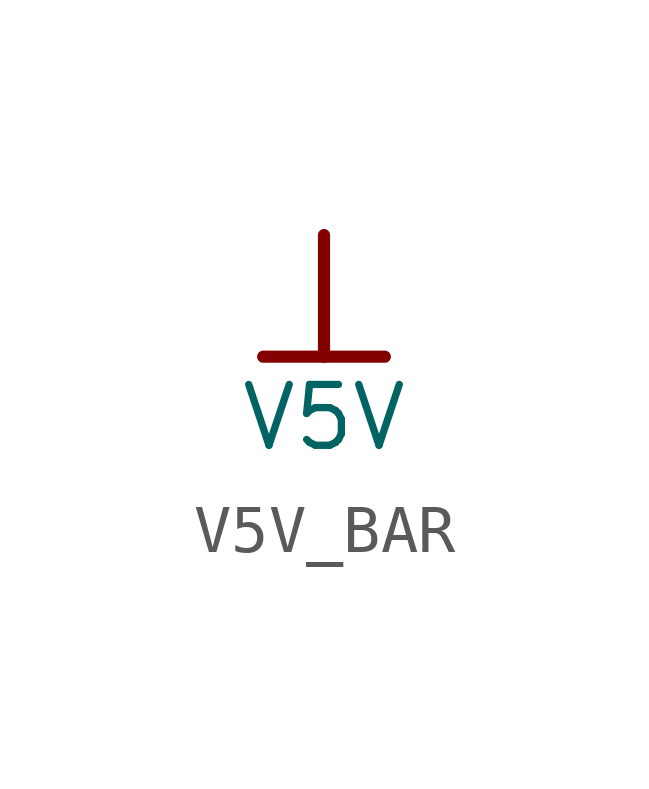
<source format=kicad_sym>
(kicad_symbol_lib
  (version 20241209)
  (generator "kicad_symbol_editor")
  (generator_version "9.0")
  (symbol "V5V_BAR"
    (power)
    (property "Reference" "#PWR"
      (at 0 0 0)
      (effects (font (size 1.27 1.27)) (hide yes)))
    (property "Value" "V5V"
      (at 0 -3.81 0)
      (effects (font (size 1.27 1.27))))
    (symbol "V5V_BAR_0_0"
      (polyline (pts (xy -1.27 -2.54) (xy 1.27 -2.54)) (stroke (width 0.254) (type solid)) (fill (type none)))
      (polyline (pts (xy 0 0) (xy 0 -2.54)) (stroke (width 0.254) (type solid)) (fill (type none)))
      (pin power_in line (at 0 0 0) (length 0) (hide yes) (name "V5V" (effects (font (size 1.27 1.27)))) (number "" (effects (font (size 1.27 1.27))))))))
</source>
